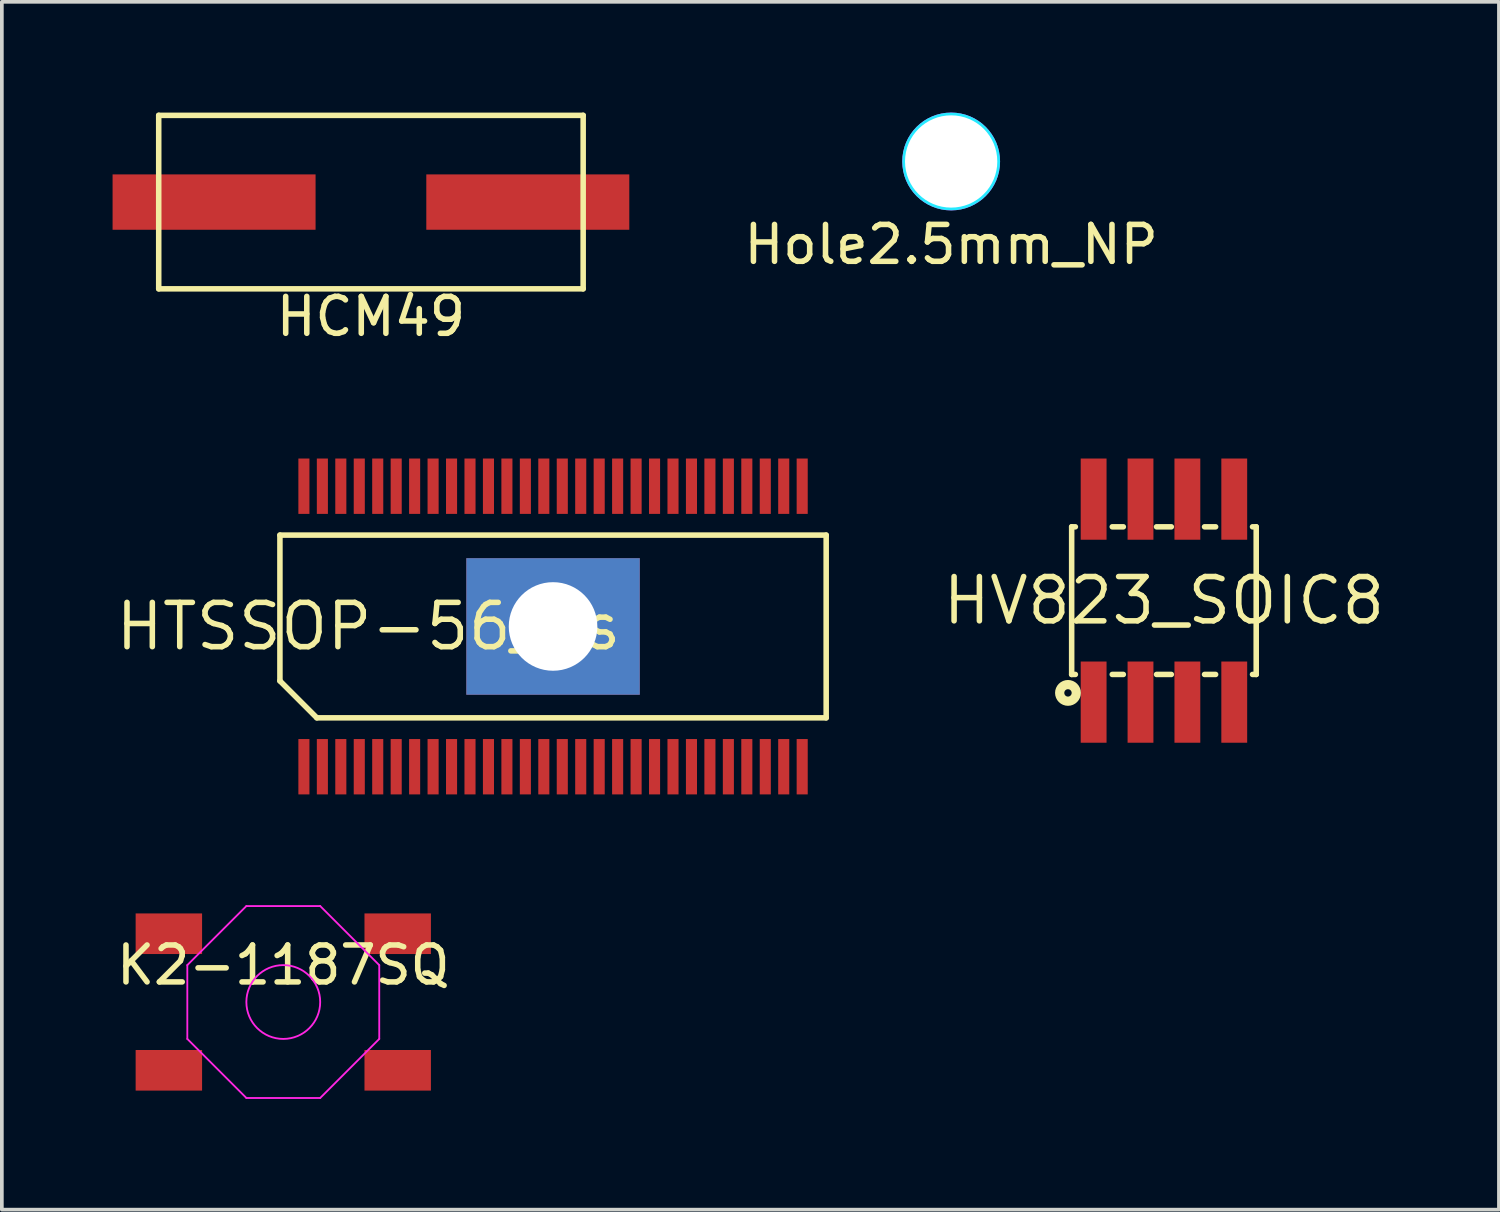
<source format=kicad_pcb>
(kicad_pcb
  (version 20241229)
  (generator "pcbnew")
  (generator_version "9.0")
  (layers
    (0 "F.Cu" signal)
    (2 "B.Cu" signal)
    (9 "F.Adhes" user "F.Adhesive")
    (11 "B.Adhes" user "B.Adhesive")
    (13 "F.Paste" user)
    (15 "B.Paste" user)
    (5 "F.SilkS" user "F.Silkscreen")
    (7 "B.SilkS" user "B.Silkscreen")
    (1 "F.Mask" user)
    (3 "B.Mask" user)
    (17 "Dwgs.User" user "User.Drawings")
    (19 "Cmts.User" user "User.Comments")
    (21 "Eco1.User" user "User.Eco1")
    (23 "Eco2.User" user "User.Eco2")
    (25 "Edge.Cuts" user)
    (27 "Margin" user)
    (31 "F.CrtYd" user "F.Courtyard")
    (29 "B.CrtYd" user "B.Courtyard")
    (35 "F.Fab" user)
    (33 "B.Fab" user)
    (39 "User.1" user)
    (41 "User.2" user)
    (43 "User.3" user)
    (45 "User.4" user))
  (footprint "HCM49"
    (layer "F.Cu")
    (at 7 2.425)
    (property "Reference" "HCM49" (at 0 3.1 0) (layer "F.SilkS") (effects (font (size 1 1) (thickness 0.15))))
    (attr through_hole)
    (fp_line (start -5.75 -2.35) (end -5.75 2.35) (stroke (width 0.15) (type solid)) (layer "F.SilkS"))
    (fp_line (start -5.75 -2.35) (end 5.75 -2.35) (stroke (width 0.15) (type solid)) (layer "F.SilkS"))
    (fp_line (start -5.75 2.35) (end 5.75 2.35) (stroke (width 0.15) (type solid)) (layer "F.SilkS"))
    (fp_line (start 5.75 -2.35) (end 5.75 2.35) (stroke (width 0.15) (type solid)) (layer "F.SilkS"))
    (pad "1" smd rect (at -4.25 0) (size 5.5 1.5) (layers "F.Cu" "F.Mask" "F.Paste"))
    (pad "2" smd rect (at 4.25 0) (size 5.5 1.5) (layers "F.Cu" "F.Mask" "F.Paste")))
  (footprint "HV823_SOIC8"
    (layer "F.Cu")
    (at 28.485 13.223)
    (property "Reference" "HV823_SOIC8" (at 0 0 180) (layer "F.SilkS") (effects (font (size 1.2 1.2) (thickness 0.15))))
    (attr through_hole)
    (fp_line (start -2.5 -2) (end -2.5 2) (stroke (width 0.15) (type solid)) (layer "F.SilkS"))
    (fp_line (start -2.5 -2) (end -2.4 -2) (stroke (width 0.15) (type solid)) (layer "F.SilkS"))
    (fp_line (start -2.5 2) (end -2.4 2) (stroke (width 0.15) (type solid)) (layer "F.SilkS"))
    (fp_line (start -1.4 -2) (end -1.1 -2) (stroke (width 0.15) (type solid)) (layer "F.SilkS"))
    (fp_line (start -1.4 2) (end -1.1 2) (stroke (width 0.15) (type solid)) (layer "F.SilkS"))
    (fp_line (start -0.2 -2) (end 0.2 -2) (stroke (width 0.15) (type solid)) (layer "F.SilkS"))
    (fp_line (start -0.2 2) (end 0.2 2) (stroke (width 0.15) (type solid)) (layer "F.SilkS"))
    (fp_line (start 1.1 -2) (end 1.4 -2) (stroke (width 0.15) (type solid)) (layer "F.SilkS"))
    (fp_line (start 1.1 2) (end 1.4 2) (stroke (width 0.15) (type solid)) (layer "F.SilkS"))
    (fp_line (start 2.5 -2) (end 2.4 -2) (stroke (width 0.15) (type solid)) (layer "F.SilkS"))
    (fp_line (start 2.5 2) (end 2.4 2) (stroke (width 0.15) (type solid)) (layer "F.SilkS"))
    (fp_line (start 2.5 2) (end 2.5 -2) (stroke (width 0.15) (type solid)) (layer "F.SilkS"))
    (fp_circle (center -2.6 2.5) (end -2.5 2.5) (stroke (width 0.25) (type solid)) (fill no) (layer "F.SilkS"))
    (pad "1" smd rect (at -1.905 2.75) (size 0.7 2.2) (layers "F.Cu" "F.Mask" "F.Paste"))
    (pad "2" smd rect (at -0.635 2.75) (size 0.7 2.2) (layers "F.Cu" "F.Mask" "F.Paste"))
    (pad "3" smd rect (at 0.635 2.75) (size 0.7 2.2) (layers "F.Cu" "F.Mask" "F.Paste"))
    (pad "4" smd rect (at 1.905 2.75) (size 0.7 2.2) (layers "F.Cu" "F.Mask" "F.Paste"))
    (pad "5" smd rect (at 1.905 -2.75) (size 0.7 2.2) (layers "F.Cu" "F.Mask" "F.Paste"))
    (pad "6" smd rect (at 0.635 -2.75) (size 0.7 2.2) (layers "F.Cu" "F.Mask" "F.Paste"))
    (pad "7" smd rect (at -0.635 -2.75) (size 0.7 2.2) (layers "F.Cu" "F.Mask" "F.Paste"))
    (pad "8" smd rect (at -1.905 -2.75) (size 0.7 2.2) (layers "F.Cu" "F.Mask" "F.Paste")))
  (footprint "K2-1187SQ"
    (layer "F.Cu")
    (at 4.625 24.098)
    (property "Reference" "K2-1187SQ" (at 0 -1 180) (layer "F.SilkS") (effects (font (size 1 1) (thickness 0.15))))
    (attr smd)
    (fp_line (start -2.6 -1) (end -1 -2.6) (stroke (width 0.05) (type solid)) (layer "F.CrtYd"))
    (fp_line (start -2.6 1) (end -2.6 -1) (stroke (width 0.05) (type solid)) (layer "F.CrtYd"))
    (fp_line (start -1 -2.6) (end 1 -2.6) (stroke (width 0.05) (type solid)) (layer "F.CrtYd"))
    (fp_line (start -1 2.6) (end -2.6 1) (stroke (width 0.05) (type solid)) (layer "F.CrtYd"))
    (fp_line (start 1 -2.6) (end 2.6 -1) (stroke (width 0.05) (type solid)) (layer "F.CrtYd"))
    (fp_line (start 1 2.6) (end -1 2.6) (stroke (width 0.05) (type solid)) (layer "F.CrtYd"))
    (fp_line (start 2.6 -1) (end 2.6 1) (stroke (width 0.05) (type solid)) (layer "F.CrtYd"))
    (fp_line (start 2.6 1) (end 1 2.6) (stroke (width 0.05) (type solid)) (layer "F.CrtYd"))
    (fp_circle (center 0 0) (end 1 0) (stroke (width 0.05) (type solid)) (fill no) (layer "F.CrtYd"))
    (pad "1" smd rect (at -3.1 1.85) (size 1.8 1.1) (layers "F.Cu" "F.Mask" "F.Paste"))
    (pad "2" smd rect (at 3.1 1.85) (size 1.8 1.1) (layers "F.Cu" "F.Mask" "F.Paste"))
    (pad "3" smd rect (at 3.1 -1.85 180) (size 1.8 1.1) (layers "F.Cu" "F.Mask" "F.Paste"))
    (pad "4" smd rect (at -3.1 -1.85) (size 1.8 1.1) (layers "F.Cu" "F.Mask" "F.Paste")))
  (footprint "HTSSOP-56_hs"
    (layer "F.Cu")
    (at 11.934 13.923)
    (property "Reference" "HTSSOP-56_hs" (at -5 0 0) (layer "F.SilkS") (effects (font (size 1.2 1.2) (thickness 0.15))))
    (attr through_hole)
    (fp_line (start -7.4 -2.475) (end -7.4 1.475) (stroke (width 0.15) (type solid)) (layer "F.SilkS"))
    (fp_line (start -7.4 1.475) (end -6.4 2.475) (stroke (width 0.15) (type solid)) (layer "F.SilkS"))
    (fp_line (start -6.4 2.475) (end 7.4 2.475) (stroke (width 0.15) (type solid)) (layer "F.SilkS"))
    (fp_line (start 7.4 -2.475) (end -7.4 -2.475) (stroke (width 0.15) (type solid)) (layer "F.SilkS"))
    (fp_line (start 7.4 2.475) (end 7.4 -2.475) (stroke (width 0.15) (type solid)) (layer "F.SilkS"))
    (pad "" smd rect (at 0 0) (size 4.7 3.61) (layers "F.Mask" "F.Paste"))
    (pad "1" smd rect (at -6.75 3.8) (size 0.3 1.5) (layers "F.Cu" "F.Mask" "F.Paste"))
    (pad "2" smd rect (at -6.25 3.8) (size 0.3 1.5) (layers "F.Cu" "F.Mask" "F.Paste"))
    (pad "3" smd rect (at -5.75 3.8) (size 0.3 1.5) (layers "F.Cu" "F.Mask" "F.Paste"))
    (pad "4" smd rect (at -5.25 3.8) (size 0.3 1.5) (layers "F.Cu" "F.Mask" "F.Paste"))
    (pad "5" smd rect (at -4.75 3.8) (size 0.3 1.5) (layers "F.Cu" "F.Mask" "F.Paste"))
    (pad "6" smd rect (at -4.25 3.8) (size 0.3 1.5) (layers "F.Cu" "F.Mask" "F.Paste"))
    (pad "7" smd rect (at -3.75 3.8) (size 0.3 1.5) (layers "F.Cu" "F.Mask" "F.Paste"))
    (pad "8" smd rect (at -3.25 3.8) (size 0.3 1.5) (layers "F.Cu" "F.Mask" "F.Paste"))
    (pad "9" smd rect (at -2.75 3.8) (size 0.3 1.5) (layers "F.Cu" "F.Mask" "F.Paste"))
    (pad "10" smd rect (at -2.25 3.8) (size 0.3 1.5) (layers "F.Cu" "F.Mask" "F.Paste"))
    (pad "11" smd rect (at -1.75 3.8) (size 0.3 1.5) (layers "F.Cu" "F.Mask" "F.Paste"))
    (pad "12" smd rect (at -1.25 3.8) (size 0.3 1.5) (layers "F.Cu" "F.Mask" "F.Paste"))
    (pad "13" smd rect (at -0.75 3.8) (size 0.3 1.5) (layers "F.Cu" "F.Mask" "F.Paste"))
    (pad "14" smd rect (at -0.25 3.8) (size 0.3 1.5) (layers "F.Cu" "F.Mask" "F.Paste"))
    (pad "15" smd rect (at 0.25 3.8) (size 0.3 1.5) (layers "F.Cu" "F.Mask" "F.Paste"))
    (pad "16" smd rect (at 0.75 3.8) (size 0.3 1.5) (layers "F.Cu" "F.Mask" "F.Paste"))
    (pad "17" smd rect (at 1.25 3.8) (size 0.3 1.5) (layers "F.Cu" "F.Mask" "F.Paste"))
    (pad "18" smd rect (at 1.75 3.8) (size 0.3 1.5) (layers "F.Cu" "F.Mask" "F.Paste"))
    (pad "19" smd rect (at 2.25 3.8) (size 0.3 1.5) (layers "F.Cu" "F.Mask" "F.Paste"))
    (pad "20" smd rect (at 2.75 3.8) (size 0.3 1.5) (layers "F.Cu" "F.Mask" "F.Paste"))
    (pad "21" smd rect (at 3.25 3.8) (size 0.3 1.5) (layers "F.Cu" "F.Mask" "F.Paste"))
    (pad "22" smd rect (at 3.75 3.8) (size 0.3 1.5) (layers "F.Cu" "F.Mask" "F.Paste"))
    (pad "23" smd rect (at 4.25 3.8) (size 0.3 1.5) (layers "F.Cu" "F.Mask" "F.Paste"))
    (pad "24" smd rect (at 4.75 3.8) (size 0.3 1.5) (layers "F.Cu" "F.Mask" "F.Paste"))
    (pad "25" smd rect (at 5.25 3.8) (size 0.3 1.5) (layers "F.Cu" "F.Mask" "F.Paste"))
    (pad "26" smd rect (at 5.75 3.8) (size 0.3 1.5) (layers "F.Cu" "F.Mask" "F.Paste"))
    (pad "27" smd rect (at 6.25 3.8) (size 0.3 1.5) (layers "F.Cu" "F.Mask" "F.Paste"))
    (pad "28" smd rect (at 6.75 3.8) (size 0.3 1.5) (layers "F.Cu" "F.Mask" "F.Paste"))
    (pad "29" smd rect (at 6.75 -3.8) (size 0.3 1.5) (layers "F.Cu" "F.Mask" "F.Paste"))
    (pad "30" smd rect (at 6.25 -3.8) (size 0.3 1.5) (layers "F.Cu" "F.Mask" "F.Paste"))
    (pad "31" smd rect (at 5.75 -3.8) (size 0.3 1.5) (layers "F.Cu" "F.Mask" "F.Paste"))
    (pad "32" smd rect (at 5.25 -3.8) (size 0.3 1.5) (layers "F.Cu" "F.Mask" "F.Paste"))
    (pad "33" smd rect (at 4.75 -3.8) (size 0.3 1.5) (layers "F.Cu" "F.Mask" "F.Paste"))
    (pad "34" smd rect (at 4.25 -3.8) (size 0.3 1.5) (layers "F.Cu" "F.Mask" "F.Paste"))
    (pad "35" smd rect (at 3.75 -3.8) (size 0.3 1.5) (layers "F.Cu" "F.Mask" "F.Paste"))
    (pad "36" smd rect (at 3.25 -3.8) (size 0.3 1.5) (layers "F.Cu" "F.Mask" "F.Paste"))
    (pad "37" smd rect (at 2.75 -3.8) (size 0.3 1.5) (layers "F.Cu" "F.Mask" "F.Paste"))
    (pad "38" smd rect (at 2.25 -3.8) (size 0.3 1.5) (layers "F.Cu" "F.Mask" "F.Paste"))
    (pad "39" smd rect (at 1.75 -3.8) (size 0.3 1.5) (layers "F.Cu" "F.Mask" "F.Paste"))
    (pad "40" smd rect (at 1.25 -3.8) (size 0.3 1.5) (layers "F.Cu" "F.Mask" "F.Paste"))
    (pad "41" smd rect (at 0.75 -3.8) (size 0.3 1.5) (layers "F.Cu" "F.Mask" "F.Paste"))
    (pad "42" smd rect (at 0.25 -3.8) (size 0.3 1.5) (layers "F.Cu" "F.Mask" "F.Paste"))
    (pad "43" smd rect (at -0.25 -3.8) (size 0.3 1.5) (layers "F.Cu" "F.Mask" "F.Paste"))
    (pad "44" smd rect (at -0.75 -3.8) (size 0.3 1.5) (layers "F.Cu" "F.Mask" "F.Paste"))
    (pad "45" smd rect (at -1.25 -3.8) (size 0.3 1.5) (layers "F.Cu" "F.Mask" "F.Paste"))
    (pad "46" smd rect (at -1.75 -3.8) (size 0.3 1.5) (layers "F.Cu" "F.Mask" "F.Paste"))
    (pad "47" smd rect (at -2.25 -3.8) (size 0.3 1.5) (layers "F.Cu" "F.Mask" "F.Paste"))
    (pad "48" smd rect (at -2.75 -3.8) (size 0.3 1.5) (layers "F.Cu" "F.Mask" "F.Paste"))
    (pad "49" smd rect (at -3.25 -3.8) (size 0.3 1.5) (layers "F.Cu" "F.Mask" "F.Paste"))
    (pad "50" smd rect (at -3.75 -3.8) (size 0.3 1.5) (layers "F.Cu" "F.Mask" "F.Paste"))
    (pad "51" smd rect (at -4.25 -3.8) (size 0.3 1.5) (layers "F.Cu" "F.Mask" "F.Paste"))
    (pad "52" smd rect (at -4.75 -3.8) (size 0.3 1.5) (layers "F.Cu" "F.Mask" "F.Paste"))
    (pad "53" smd rect (at -5.25 -3.8) (size 0.3 1.5) (layers "F.Cu" "F.Mask" "F.Paste"))
    (pad "54" smd rect (at -5.75 -3.8) (size 0.3 1.5) (layers "F.Cu" "F.Mask" "F.Paste"))
    (pad "55" smd rect (at -6.25 -3.8) (size 0.3 1.5) (layers "F.Cu" "F.Mask" "F.Paste"))
    (pad "56" smd rect (at -6.75 -3.8) (size 0.3 1.5) (layers "F.Cu" "F.Mask" "F.Paste"))
    (pad "57" thru_hole rect (at 0 0) (size 4.7 3.7) (drill 2.4) (layers "*.Cu" "*.Mask")))
  (footprint "Hole2.5mm_NP"
    (layer "F.Cu")
    (at 22.72 1.325)
    (property "Reference" "Hole2.5mm_NP" (at 0 2.25 0) (layer "F.SilkS") (effects (font (size 1 1) (thickness 0.15))))
    (attr through_hole)
    (fp_circle (center 0 0) (end 1.25 0) (stroke (width 0.15) (type solid)) (fill no) (layer "B.CrtYd"))
    (fp_circle (center 0 0) (end 1.25 0) (stroke (width 0.15) (type solid)) (fill no) (layer "F.CrtYd"))
    (pad "" np_thru_hole circle (at 0 0) (size 2.5 2.5) (drill 2.5) (layers "*.Cu" "*.Mask")))
  (gr_rect
    (start -3 -3)
    (end 37.561 29.723)
    (stroke (width 0.1) (type default))
    (fill no)
    (layer "Edge.Cuts")))
</source>
